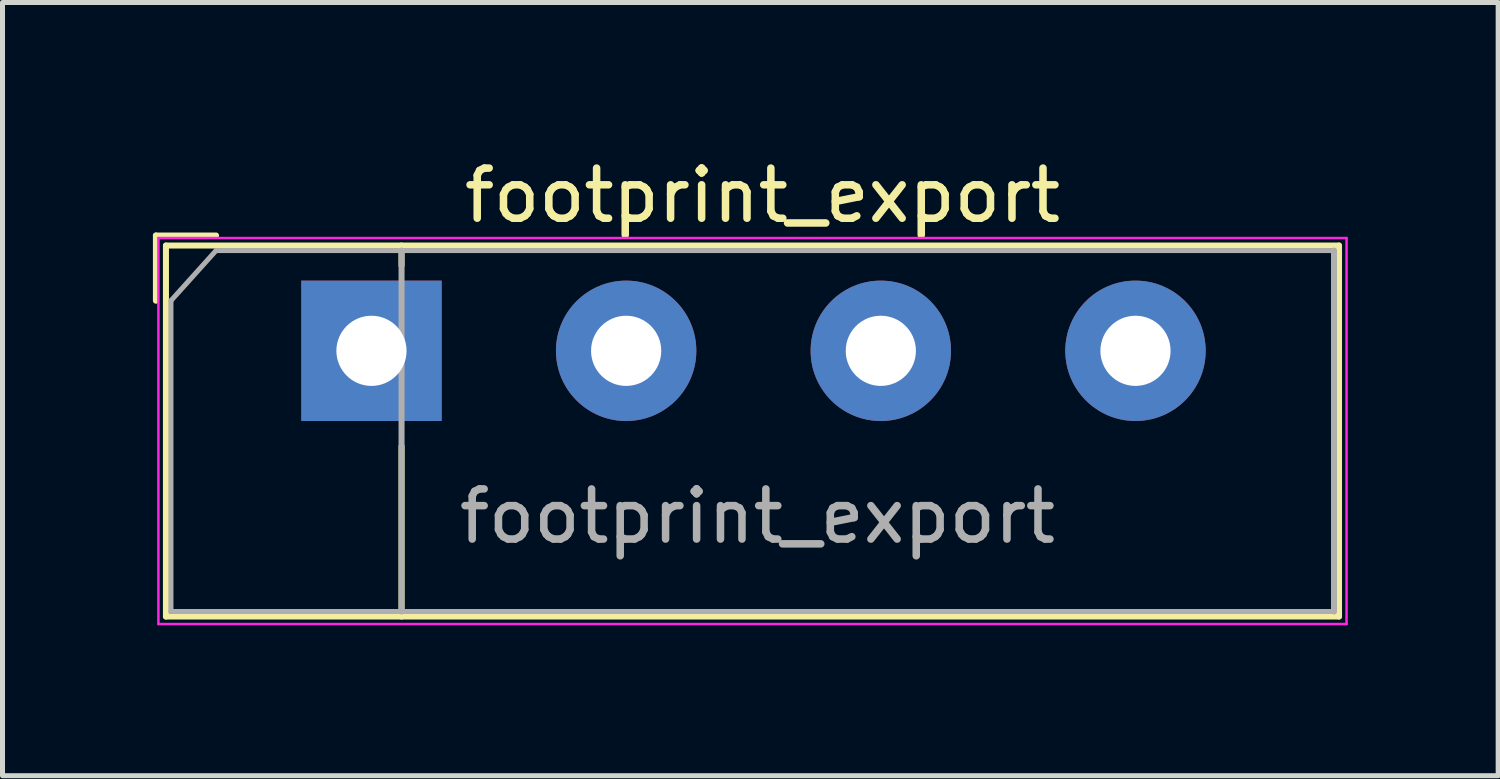
<source format=kicad_pcb>
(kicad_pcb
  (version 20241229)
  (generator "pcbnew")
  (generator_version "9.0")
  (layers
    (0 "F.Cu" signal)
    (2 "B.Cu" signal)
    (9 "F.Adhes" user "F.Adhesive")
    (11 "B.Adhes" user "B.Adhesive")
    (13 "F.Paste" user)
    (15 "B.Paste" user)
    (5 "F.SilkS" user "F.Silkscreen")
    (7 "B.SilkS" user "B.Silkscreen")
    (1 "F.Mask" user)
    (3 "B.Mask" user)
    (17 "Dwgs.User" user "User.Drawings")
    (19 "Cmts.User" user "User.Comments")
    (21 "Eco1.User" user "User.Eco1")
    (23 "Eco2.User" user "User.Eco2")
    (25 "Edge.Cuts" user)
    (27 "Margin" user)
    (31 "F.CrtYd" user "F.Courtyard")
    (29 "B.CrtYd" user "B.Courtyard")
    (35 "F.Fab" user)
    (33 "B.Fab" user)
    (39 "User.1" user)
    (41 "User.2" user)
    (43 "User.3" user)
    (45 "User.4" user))
  (footprint "footprint_export"
    (layer "F.Cu")
    (at 4.36 3.948)
    (property "Reference" "footprint_export" (at 7.8 -3.1 0) (layer "F.SilkS") (effects (font (size 1 1) (thickness 0.15))))
    (attr through_hole)
    (fp_line (start -4.3 -2.3) (end -3.1 -2.3) (stroke (width 0.12) (type solid)) (layer "F.SilkS"))
    (fp_line (start -4.3 -1) (end -4.3 -2.3) (stroke (width 0.12) (type solid)) (layer "F.SilkS"))
    (fp_line (start -4.1 -2.1) (end -4.1 5.3) (stroke (width 0.12) (type solid)) (layer "F.SilkS"))
    (fp_line (start -4.1 5.3) (end 19.3 5.3) (stroke (width 0.12) (type solid)) (layer "F.SilkS"))
    (fp_line (start 0.6 -1.7) (end 0.6 -2.1) (stroke (width 0.12) (type solid)) (layer "F.SilkS"))
    (fp_line (start 0.6 1.9) (end 0.6 5.3) (stroke (width 0.12) (type solid)) (layer "F.SilkS"))
    (fp_line (start 19.3 -2.1) (end -4.1 -2.1) (stroke (width 0.12) (type solid)) (layer "F.SilkS"))
    (fp_line (start 19.3 5.3) (end 19.3 -2.1) (stroke (width 0.12) (type solid)) (layer "F.SilkS"))
    (fp_line (start -4.25 -2.25) (end -4.25 5.45) (stroke (width 0.05) (type solid)) (layer "F.CrtYd"))
    (fp_line (start -4.25 -2.25) (end 19.45 -2.25) (stroke (width 0.05) (type solid)) (layer "F.CrtYd"))
    (fp_line (start 19.45 5.45) (end -4.25 5.45) (stroke (width 0.05) (type solid)) (layer "F.CrtYd"))
    (fp_line (start 19.45 5.45) (end 19.45 -2.25) (stroke (width 0.05) (type solid)) (layer "F.CrtYd"))
    (fp_line (start -4 -1) (end -4 5.2) (stroke (width 0.1) (type solid)) (layer "F.Fab"))
    (fp_line (start -4 5.2) (end 19.2 5.2) (stroke (width 0.1) (type solid)) (layer "F.Fab"))
    (fp_line (start -3.1 -2) (end -4 -1) (stroke (width 0.1) (type solid)) (layer "F.Fab"))
    (fp_line (start 0.6 -2) (end 0.6 5.2) (stroke (width 0.12) (type solid)) (layer "F.Fab"))
    (fp_line (start 19.2 -2) (end -3.1 -2) (stroke (width 0.1) (type solid)) (layer "F.Fab"))
    (fp_line (start 19.2 5.2) (end 19.2 -2) (stroke (width 0.12) (type solid)) (layer "F.Fab"))
    (fp_text user "${REFERENCE}" (at 7.7 3.3 0) (layer "F.Fab") (effects (font (size 1 1) (thickness 0.15))))
    (pad "1" thru_hole rect (at 0 0) (size 2.8 2.8) (drill 1.4) (layers "*.Cu" "*.Mask"))
    (pad "2" thru_hole circle (at 5.08 0) (size 2.8 2.8) (drill 1.4) (layers "*.Cu" "*.Mask"))
    (pad "3" thru_hole circle (at 10.16 0) (size 2.8 2.8) (drill 1.4) (layers "*.Cu" "*.Mask"))
    (pad "4" thru_hole circle (at 15.24 0) (size 2.8 2.8) (drill 1.4) (layers "*.Cu" "*.Mask")))
  (gr_rect
    (start -3 -3)
    (end 26.835 12.423)
    (stroke (width 0.1) (type default))
    (fill no)
    (layer "Edge.Cuts")))
</source>
